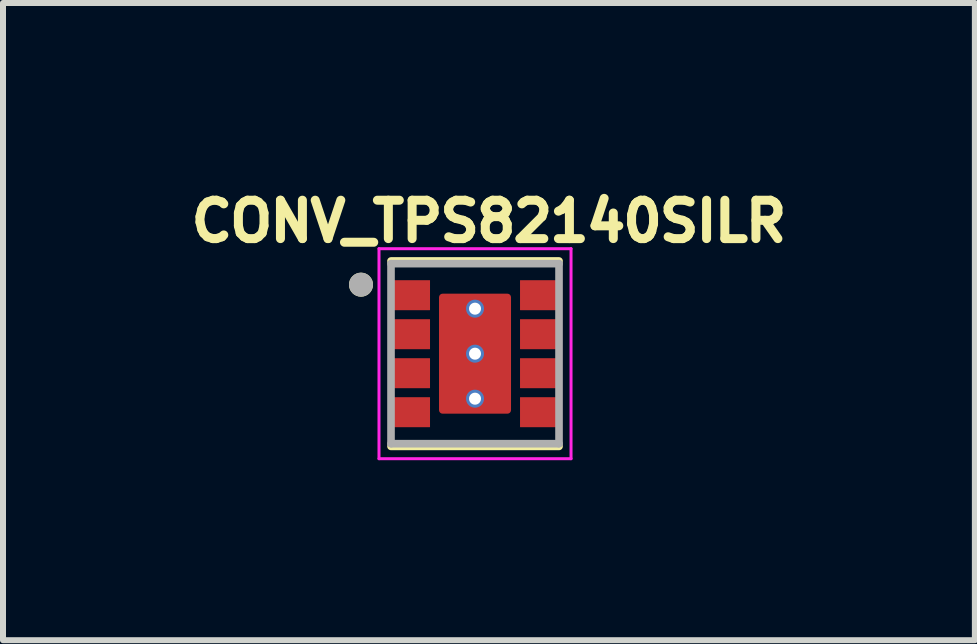
<source format=kicad_pcb>
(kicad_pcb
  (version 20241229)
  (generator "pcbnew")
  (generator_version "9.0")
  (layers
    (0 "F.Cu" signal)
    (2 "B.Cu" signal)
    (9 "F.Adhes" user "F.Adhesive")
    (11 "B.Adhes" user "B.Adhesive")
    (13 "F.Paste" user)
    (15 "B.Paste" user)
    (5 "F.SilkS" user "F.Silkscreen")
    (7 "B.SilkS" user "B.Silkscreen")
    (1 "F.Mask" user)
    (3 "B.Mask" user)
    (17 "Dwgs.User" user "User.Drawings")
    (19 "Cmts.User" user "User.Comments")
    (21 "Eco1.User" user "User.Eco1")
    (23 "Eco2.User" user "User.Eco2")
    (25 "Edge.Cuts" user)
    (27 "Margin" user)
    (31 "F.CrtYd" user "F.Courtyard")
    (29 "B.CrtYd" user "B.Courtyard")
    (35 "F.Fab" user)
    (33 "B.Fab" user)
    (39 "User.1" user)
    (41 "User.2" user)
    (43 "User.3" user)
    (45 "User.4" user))
  (footprint "CONV_TPS82140SILR"
    (layer "F.Cu")
    (at 4.866 2.844)
    (property "Reference" "CONV_TPS82140SILR" (at 0.232 -2.206 0) (layer "F.SilkS") (effects (font (size 0.64 0.64) (thickness 0.15))))
    (attr smd)
    (fp_poly (pts (xy -0.55 -0.95) (xy 0.55 -0.95) (xy 0.55 0.95) (xy -0.55 0.95)) (stroke (width 0.01) (type solid)) (fill yes) (layer "F.Mask"))
    (fp_poly (pts (xy -0.85 -0.775) (xy -1.25 -0.775) (xy -1.253 -0.775) (xy -1.255 -0.775) (xy -1.258 -0.776) (xy -1.26 -0.776) (xy -1.263 -0.777) (xy -1.265 -0.777) (xy -1.268 -0.778) (xy -1.27 -0.779) (xy -1.273 -0.78) (xy -1.275 -0.782) (xy -1.277 -0.783) (xy -1.279 -0.785) (xy -1.281 -0.786) (xy -1.283 -0.788) (xy -1.285 -0.79) (xy -1.287 -0.792) (xy -1.289 -0.794) (xy -1.29 -0.796) (xy -1.292 -0.798) (xy -1.293 -0.8) (xy -1.295 -0.802) (xy -1.296 -0.805) (xy -1.297 -0.807) (xy -1.298 -0.81) (xy -1.298 -0.812) (xy -1.299 -0.815) (xy -1.299 -0.817) (xy -1.3 -0.82) (xy -1.3 -0.822) (xy -1.3 -0.825) (xy -1.3 -1.125) (xy -1.3 -1.128) (xy -1.3 -1.13) (xy -1.299 -1.133) (xy -1.299 -1.135) (xy -1.298 -1.138) (xy -1.298 -1.14) (xy -1.297 -1.143) (xy -1.296 -1.145) (xy -1.295 -1.148) (xy -1.293 -1.15) (xy -1.292 -1.152) (xy -1.29 -1.154) (xy -1.289 -1.156) (xy -1.287 -1.158) (xy -1.285 -1.16) (xy -1.283 -1.162) (xy -1.281 -1.164) (xy -1.279 -1.165) (xy -1.277 -1.167) (xy -1.275 -1.168) (xy -1.273 -1.17) (xy -1.27 -1.171) (xy -1.268 -1.172) (xy -1.265 -1.173) (xy -1.263 -1.173) (xy -1.26 -1.174) (xy -1.258 -1.174) (xy -1.255 -1.175) (xy -1.253 -1.175) (xy -1.25 -1.175) (xy -0.85 -1.175) (xy -0.847 -1.175) (xy -0.845 -1.175) (xy -0.842 -1.174) (xy -0.84 -1.174) (xy -0.837 -1.173) (xy -0.835 -1.173) (xy -0.832 -1.172) (xy -0.83 -1.171) (xy -0.827 -1.17) (xy -0.825 -1.168) (xy -0.823 -1.167) (xy -0.821 -1.165) (xy -0.819 -1.164) (xy -0.817 -1.162) (xy -0.815 -1.16) (xy -0.813 -1.158) (xy -0.811 -1.156) (xy -0.81 -1.154) (xy -0.808 -1.152) (xy -0.807 -1.15) (xy -0.805 -1.148) (xy -0.804 -1.145) (xy -0.803 -1.143) (xy -0.802 -1.14) (xy -0.802 -1.138) (xy -0.801 -1.135) (xy -0.801 -1.133) (xy -0.8 -1.13) (xy -0.8 -1.128) (xy -0.8 -1.125) (xy -0.8 -0.825) (xy -0.8 -0.822) (xy -0.8 -0.82) (xy -0.801 -0.817) (xy -0.801 -0.815) (xy -0.802 -0.812) (xy -0.802 -0.81) (xy -0.803 -0.807) (xy -0.804 -0.805) (xy -0.805 -0.802) (xy -0.807 -0.8) (xy -0.808 -0.798) (xy -0.81 -0.796) (xy -0.811 -0.794) (xy -0.813 -0.792) (xy -0.815 -0.79) (xy -0.817 -0.788) (xy -0.819 -0.786) (xy -0.821 -0.785) (xy -0.823 -0.783) (xy -0.825 -0.782) (xy -0.827 -0.78) (xy -0.83 -0.779) (xy -0.832 -0.778) (xy -0.835 -0.777) (xy -0.837 -0.777) (xy -0.84 -0.776) (xy -0.842 -0.776) (xy -0.845 -0.775) (xy -0.847 -0.775) (xy -0.85 -0.775)) (stroke (width 0.01) (type solid)) (fill yes) (layer "F.Mask"))
    (fp_poly (pts (xy -0.85 -0.125) (xy -1.25 -0.125) (xy -1.253 -0.125) (xy -1.255 -0.125) (xy -1.258 -0.126) (xy -1.26 -0.126) (xy -1.263 -0.127) (xy -1.265 -0.127) (xy -1.268 -0.128) (xy -1.27 -0.129) (xy -1.273 -0.13) (xy -1.275 -0.132) (xy -1.277 -0.133) (xy -1.279 -0.135) (xy -1.281 -0.136) (xy -1.283 -0.138) (xy -1.285 -0.14) (xy -1.287 -0.142) (xy -1.289 -0.144) (xy -1.29 -0.146) (xy -1.292 -0.148) (xy -1.293 -0.15) (xy -1.295 -0.152) (xy -1.296 -0.155) (xy -1.297 -0.157) (xy -1.298 -0.16) (xy -1.298 -0.162) (xy -1.299 -0.165) (xy -1.299 -0.167) (xy -1.3 -0.17) (xy -1.3 -0.172) (xy -1.3 -0.175) (xy -1.3 -0.475) (xy -1.3 -0.478) (xy -1.3 -0.48) (xy -1.299 -0.483) (xy -1.299 -0.485) (xy -1.298 -0.488) (xy -1.298 -0.49) (xy -1.297 -0.493) (xy -1.296 -0.495) (xy -1.295 -0.498) (xy -1.293 -0.5) (xy -1.292 -0.502) (xy -1.29 -0.504) (xy -1.289 -0.506) (xy -1.287 -0.508) (xy -1.285 -0.51) (xy -1.283 -0.512) (xy -1.281 -0.514) (xy -1.279 -0.515) (xy -1.277 -0.517) (xy -1.275 -0.518) (xy -1.273 -0.52) (xy -1.27 -0.521) (xy -1.268 -0.522) (xy -1.265 -0.523) (xy -1.263 -0.523) (xy -1.26 -0.524) (xy -1.258 -0.524) (xy -1.255 -0.525) (xy -1.253 -0.525) (xy -1.25 -0.525) (xy -0.85 -0.525) (xy -0.847 -0.525) (xy -0.845 -0.525) (xy -0.842 -0.524) (xy -0.84 -0.524) (xy -0.837 -0.523) (xy -0.835 -0.523) (xy -0.832 -0.522) (xy -0.83 -0.521) (xy -0.827 -0.52) (xy -0.825 -0.518) (xy -0.823 -0.517) (xy -0.821 -0.515) (xy -0.819 -0.514) (xy -0.817 -0.512) (xy -0.815 -0.51) (xy -0.813 -0.508) (xy -0.811 -0.506) (xy -0.81 -0.504) (xy -0.808 -0.502) (xy -0.807 -0.5) (xy -0.805 -0.498) (xy -0.804 -0.495) (xy -0.803 -0.493) (xy -0.802 -0.49) (xy -0.802 -0.488) (xy -0.801 -0.485) (xy -0.801 -0.483) (xy -0.8 -0.48) (xy -0.8 -0.478) (xy -0.8 -0.475) (xy -0.8 -0.175) (xy -0.8 -0.172) (xy -0.8 -0.17) (xy -0.801 -0.167) (xy -0.801 -0.165) (xy -0.802 -0.162) (xy -0.802 -0.16) (xy -0.803 -0.157) (xy -0.804 -0.155) (xy -0.805 -0.152) (xy -0.807 -0.15) (xy -0.808 -0.148) (xy -0.81 -0.146) (xy -0.811 -0.144) (xy -0.813 -0.142) (xy -0.815 -0.14) (xy -0.817 -0.138) (xy -0.819 -0.136) (xy -0.821 -0.135) (xy -0.823 -0.133) (xy -0.825 -0.132) (xy -0.827 -0.13) (xy -0.83 -0.129) (xy -0.832 -0.128) (xy -0.835 -0.127) (xy -0.837 -0.127) (xy -0.84 -0.126) (xy -0.842 -0.126) (xy -0.845 -0.125) (xy -0.847 -0.125) (xy -0.85 -0.125)) (stroke (width 0.01) (type solid)) (fill yes) (layer "F.Mask"))
    (fp_poly (pts (xy -0.85 0.525) (xy -1.25 0.525) (xy -1.253 0.525) (xy -1.255 0.525) (xy -1.258 0.524) (xy -1.26 0.524) (xy -1.263 0.523) (xy -1.265 0.523) (xy -1.268 0.522) (xy -1.27 0.521) (xy -1.273 0.52) (xy -1.275 0.518) (xy -1.277 0.517) (xy -1.279 0.515) (xy -1.281 0.514) (xy -1.283 0.512) (xy -1.285 0.51) (xy -1.287 0.508) (xy -1.289 0.506) (xy -1.29 0.504) (xy -1.292 0.502) (xy -1.293 0.5) (xy -1.295 0.498) (xy -1.296 0.495) (xy -1.297 0.493) (xy -1.298 0.49) (xy -1.298 0.488) (xy -1.299 0.485) (xy -1.299 0.483) (xy -1.3 0.48) (xy -1.3 0.478) (xy -1.3 0.475) (xy -1.3 0.175) (xy -1.3 0.172) (xy -1.3 0.17) (xy -1.299 0.167) (xy -1.299 0.165) (xy -1.298 0.162) (xy -1.298 0.16) (xy -1.297 0.157) (xy -1.296 0.155) (xy -1.295 0.152) (xy -1.293 0.15) (xy -1.292 0.148) (xy -1.29 0.146) (xy -1.289 0.144) (xy -1.287 0.142) (xy -1.285 0.14) (xy -1.283 0.138) (xy -1.281 0.136) (xy -1.279 0.135) (xy -1.277 0.133) (xy -1.275 0.132) (xy -1.273 0.13) (xy -1.27 0.129) (xy -1.268 0.128) (xy -1.265 0.127) (xy -1.263 0.127) (xy -1.26 0.126) (xy -1.258 0.126) (xy -1.255 0.125) (xy -1.253 0.125) (xy -1.25 0.125) (xy -0.85 0.125) (xy -0.847 0.125) (xy -0.845 0.125) (xy -0.842 0.126) (xy -0.84 0.126) (xy -0.837 0.127) (xy -0.835 0.127) (xy -0.832 0.128) (xy -0.83 0.129) (xy -0.827 0.13) (xy -0.825 0.132) (xy -0.823 0.133) (xy -0.821 0.135) (xy -0.819 0.136) (xy -0.817 0.138) (xy -0.815 0.14) (xy -0.813 0.142) (xy -0.811 0.144) (xy -0.81 0.146) (xy -0.808 0.148) (xy -0.807 0.15) (xy -0.805 0.152) (xy -0.804 0.155) (xy -0.803 0.157) (xy -0.802 0.16) (xy -0.802 0.162) (xy -0.801 0.165) (xy -0.801 0.167) (xy -0.8 0.17) (xy -0.8 0.172) (xy -0.8 0.175) (xy -0.8 0.475) (xy -0.8 0.478) (xy -0.8 0.48) (xy -0.801 0.483) (xy -0.801 0.485) (xy -0.802 0.488) (xy -0.802 0.49) (xy -0.803 0.493) (xy -0.804 0.495) (xy -0.805 0.498) (xy -0.807 0.5) (xy -0.808 0.502) (xy -0.81 0.504) (xy -0.811 0.506) (xy -0.813 0.508) (xy -0.815 0.51) (xy -0.817 0.512) (xy -0.819 0.514) (xy -0.821 0.515) (xy -0.823 0.517) (xy -0.825 0.518) (xy -0.827 0.52) (xy -0.83 0.521) (xy -0.832 0.522) (xy -0.835 0.523) (xy -0.837 0.523) (xy -0.84 0.524) (xy -0.842 0.524) (xy -0.845 0.525) (xy -0.847 0.525) (xy -0.85 0.525)) (stroke (width 0.01) (type solid)) (fill yes) (layer "F.Mask"))
    (fp_poly (pts (xy -0.85 1.175) (xy -1.25 1.175) (xy -1.253 1.175) (xy -1.255 1.175) (xy -1.258 1.174) (xy -1.26 1.174) (xy -1.263 1.173) (xy -1.265 1.173) (xy -1.268 1.172) (xy -1.27 1.171) (xy -1.273 1.17) (xy -1.275 1.168) (xy -1.277 1.167) (xy -1.279 1.165) (xy -1.281 1.164) (xy -1.283 1.162) (xy -1.285 1.16) (xy -1.287 1.158) (xy -1.289 1.156) (xy -1.29 1.154) (xy -1.292 1.152) (xy -1.293 1.15) (xy -1.295 1.148) (xy -1.296 1.145) (xy -1.297 1.143) (xy -1.298 1.14) (xy -1.298 1.138) (xy -1.299 1.135) (xy -1.299 1.133) (xy -1.3 1.13) (xy -1.3 1.128) (xy -1.3 1.125) (xy -1.3 0.825) (xy -1.3 0.822) (xy -1.3 0.82) (xy -1.299 0.817) (xy -1.299 0.815) (xy -1.298 0.812) (xy -1.298 0.81) (xy -1.297 0.807) (xy -1.296 0.805) (xy -1.295 0.802) (xy -1.293 0.8) (xy -1.292 0.798) (xy -1.29 0.796) (xy -1.289 0.794) (xy -1.287 0.792) (xy -1.285 0.79) (xy -1.283 0.788) (xy -1.281 0.786) (xy -1.279 0.785) (xy -1.277 0.783) (xy -1.275 0.782) (xy -1.273 0.78) (xy -1.27 0.779) (xy -1.268 0.778) (xy -1.265 0.777) (xy -1.263 0.777) (xy -1.26 0.776) (xy -1.258 0.776) (xy -1.255 0.775) (xy -1.253 0.775) (xy -1.25 0.775) (xy -0.85 0.775) (xy -0.847 0.775) (xy -0.845 0.775) (xy -0.842 0.776) (xy -0.84 0.776) (xy -0.837 0.777) (xy -0.835 0.777) (xy -0.832 0.778) (xy -0.83 0.779) (xy -0.827 0.78) (xy -0.825 0.782) (xy -0.823 0.783) (xy -0.821 0.785) (xy -0.819 0.786) (xy -0.817 0.788) (xy -0.815 0.79) (xy -0.813 0.792) (xy -0.811 0.794) (xy -0.81 0.796) (xy -0.808 0.798) (xy -0.807 0.8) (xy -0.805 0.802) (xy -0.804 0.805) (xy -0.803 0.807) (xy -0.802 0.81) (xy -0.802 0.812) (xy -0.801 0.815) (xy -0.801 0.817) (xy -0.8 0.82) (xy -0.8 0.822) (xy -0.8 0.825) (xy -0.8 1.125) (xy -0.8 1.128) (xy -0.8 1.13) (xy -0.801 1.133) (xy -0.801 1.135) (xy -0.802 1.138) (xy -0.802 1.14) (xy -0.803 1.143) (xy -0.804 1.145) (xy -0.805 1.148) (xy -0.807 1.15) (xy -0.808 1.152) (xy -0.81 1.154) (xy -0.811 1.156) (xy -0.813 1.158) (xy -0.815 1.16) (xy -0.817 1.162) (xy -0.819 1.164) (xy -0.821 1.165) (xy -0.823 1.167) (xy -0.825 1.168) (xy -0.827 1.17) (xy -0.83 1.171) (xy -0.832 1.172) (xy -0.835 1.173) (xy -0.837 1.173) (xy -0.84 1.174) (xy -0.842 1.174) (xy -0.845 1.175) (xy -0.847 1.175) (xy -0.85 1.175)) (stroke (width 0.01) (type solid)) (fill yes) (layer "F.Mask"))
    (fp_poly (pts (xy 1.25 -0.775) (xy 0.85 -0.775) (xy 0.847 -0.775) (xy 0.845 -0.775) (xy 0.842 -0.776) (xy 0.84 -0.776) (xy 0.837 -0.777) (xy 0.835 -0.777) (xy 0.832 -0.778) (xy 0.83 -0.779) (xy 0.827 -0.78) (xy 0.825 -0.782) (xy 0.823 -0.783) (xy 0.821 -0.785) (xy 0.819 -0.786) (xy 0.817 -0.788) (xy 0.815 -0.79) (xy 0.813 -0.792) (xy 0.811 -0.794) (xy 0.81 -0.796) (xy 0.808 -0.798) (xy 0.807 -0.8) (xy 0.805 -0.802) (xy 0.804 -0.805) (xy 0.803 -0.807) (xy 0.802 -0.81) (xy 0.802 -0.812) (xy 0.801 -0.815) (xy 0.801 -0.817) (xy 0.8 -0.82) (xy 0.8 -0.822) (xy 0.8 -0.825) (xy 0.8 -1.125) (xy 0.8 -1.128) (xy 0.8 -1.13) (xy 0.801 -1.133) (xy 0.801 -1.135) (xy 0.802 -1.138) (xy 0.802 -1.14) (xy 0.803 -1.143) (xy 0.804 -1.145) (xy 0.805 -1.148) (xy 0.807 -1.15) (xy 0.808 -1.152) (xy 0.81 -1.154) (xy 0.811 -1.156) (xy 0.813 -1.158) (xy 0.815 -1.16) (xy 0.817 -1.162) (xy 0.819 -1.164) (xy 0.821 -1.165) (xy 0.823 -1.167) (xy 0.825 -1.168) (xy 0.827 -1.17) (xy 0.83 -1.171) (xy 0.832 -1.172) (xy 0.835 -1.173) (xy 0.837 -1.173) (xy 0.84 -1.174) (xy 0.842 -1.174) (xy 0.845 -1.175) (xy 0.847 -1.175) (xy 0.85 -1.175) (xy 1.25 -1.175) (xy 1.253 -1.175) (xy 1.255 -1.175) (xy 1.258 -1.174) (xy 1.26 -1.174) (xy 1.263 -1.173) (xy 1.265 -1.173) (xy 1.268 -1.172) (xy 1.27 -1.171) (xy 1.273 -1.17) (xy 1.275 -1.168) (xy 1.277 -1.167) (xy 1.279 -1.165) (xy 1.281 -1.164) (xy 1.283 -1.162) (xy 1.285 -1.16) (xy 1.287 -1.158) (xy 1.289 -1.156) (xy 1.29 -1.154) (xy 1.292 -1.152) (xy 1.293 -1.15) (xy 1.295 -1.148) (xy 1.296 -1.145) (xy 1.297 -1.143) (xy 1.298 -1.14) (xy 1.298 -1.138) (xy 1.299 -1.135) (xy 1.299 -1.133) (xy 1.3 -1.13) (xy 1.3 -1.128) (xy 1.3 -1.125) (xy 1.3 -0.825) (xy 1.3 -0.822) (xy 1.3 -0.82) (xy 1.299 -0.817) (xy 1.299 -0.815) (xy 1.298 -0.812) (xy 1.298 -0.81) (xy 1.297 -0.807) (xy 1.296 -0.805) (xy 1.295 -0.802) (xy 1.293 -0.8) (xy 1.292 -0.798) (xy 1.29 -0.796) (xy 1.289 -0.794) (xy 1.287 -0.792) (xy 1.285 -0.79) (xy 1.283 -0.788) (xy 1.281 -0.786) (xy 1.279 -0.785) (xy 1.277 -0.783) (xy 1.275 -0.782) (xy 1.273 -0.78) (xy 1.27 -0.779) (xy 1.268 -0.778) (xy 1.265 -0.777) (xy 1.263 -0.777) (xy 1.26 -0.776) (xy 1.258 -0.776) (xy 1.255 -0.775) (xy 1.253 -0.775) (xy 1.25 -0.775)) (stroke (width 0.01) (type solid)) (fill yes) (layer "F.Mask"))
    (fp_poly (pts (xy 1.25 -0.125) (xy 0.85 -0.125) (xy 0.847 -0.125) (xy 0.845 -0.125) (xy 0.842 -0.126) (xy 0.84 -0.126) (xy 0.837 -0.127) (xy 0.835 -0.127) (xy 0.832 -0.128) (xy 0.83 -0.129) (xy 0.827 -0.13) (xy 0.825 -0.132) (xy 0.823 -0.133) (xy 0.821 -0.135) (xy 0.819 -0.136) (xy 0.817 -0.138) (xy 0.815 -0.14) (xy 0.813 -0.142) (xy 0.811 -0.144) (xy 0.81 -0.146) (xy 0.808 -0.148) (xy 0.807 -0.15) (xy 0.805 -0.152) (xy 0.804 -0.155) (xy 0.803 -0.157) (xy 0.802 -0.16) (xy 0.802 -0.162) (xy 0.801 -0.165) (xy 0.801 -0.167) (xy 0.8 -0.17) (xy 0.8 -0.172) (xy 0.8 -0.175) (xy 0.8 -0.475) (xy 0.8 -0.478) (xy 0.8 -0.48) (xy 0.801 -0.483) (xy 0.801 -0.485) (xy 0.802 -0.488) (xy 0.802 -0.49) (xy 0.803 -0.493) (xy 0.804 -0.495) (xy 0.805 -0.498) (xy 0.807 -0.5) (xy 0.808 -0.502) (xy 0.81 -0.504) (xy 0.811 -0.506) (xy 0.813 -0.508) (xy 0.815 -0.51) (xy 0.817 -0.512) (xy 0.819 -0.514) (xy 0.821 -0.515) (xy 0.823 -0.517) (xy 0.825 -0.518) (xy 0.827 -0.52) (xy 0.83 -0.521) (xy 0.832 -0.522) (xy 0.835 -0.523) (xy 0.837 -0.523) (xy 0.84 -0.524) (xy 0.842 -0.524) (xy 0.845 -0.525) (xy 0.847 -0.525) (xy 0.85 -0.525) (xy 1.25 -0.525) (xy 1.253 -0.525) (xy 1.255 -0.525) (xy 1.258 -0.524) (xy 1.26 -0.524) (xy 1.263 -0.523) (xy 1.265 -0.523) (xy 1.268 -0.522) (xy 1.27 -0.521) (xy 1.273 -0.52) (xy 1.275 -0.518) (xy 1.277 -0.517) (xy 1.279 -0.515) (xy 1.281 -0.514) (xy 1.283 -0.512) (xy 1.285 -0.51) (xy 1.287 -0.508) (xy 1.289 -0.506) (xy 1.29 -0.504) (xy 1.292 -0.502) (xy 1.293 -0.5) (xy 1.295 -0.498) (xy 1.296 -0.495) (xy 1.297 -0.493) (xy 1.298 -0.49) (xy 1.298 -0.488) (xy 1.299 -0.485) (xy 1.299 -0.483) (xy 1.3 -0.48) (xy 1.3 -0.478) (xy 1.3 -0.475) (xy 1.3 -0.175) (xy 1.3 -0.172) (xy 1.3 -0.17) (xy 1.299 -0.167) (xy 1.299 -0.165) (xy 1.298 -0.162) (xy 1.298 -0.16) (xy 1.297 -0.157) (xy 1.296 -0.155) (xy 1.295 -0.152) (xy 1.293 -0.15) (xy 1.292 -0.148) (xy 1.29 -0.146) (xy 1.289 -0.144) (xy 1.287 -0.142) (xy 1.285 -0.14) (xy 1.283 -0.138) (xy 1.281 -0.136) (xy 1.279 -0.135) (xy 1.277 -0.133) (xy 1.275 -0.132) (xy 1.273 -0.13) (xy 1.27 -0.129) (xy 1.268 -0.128) (xy 1.265 -0.127) (xy 1.263 -0.127) (xy 1.26 -0.126) (xy 1.258 -0.126) (xy 1.255 -0.125) (xy 1.253 -0.125) (xy 1.25 -0.125)) (stroke (width 0.01) (type solid)) (fill yes) (layer "F.Mask"))
    (fp_poly (pts (xy 1.25 0.525) (xy 0.85 0.525) (xy 0.847 0.525) (xy 0.845 0.525) (xy 0.842 0.524) (xy 0.84 0.524) (xy 0.837 0.523) (xy 0.835 0.523) (xy 0.832 0.522) (xy 0.83 0.521) (xy 0.827 0.52) (xy 0.825 0.518) (xy 0.823 0.517) (xy 0.821 0.515) (xy 0.819 0.514) (xy 0.817 0.512) (xy 0.815 0.51) (xy 0.813 0.508) (xy 0.811 0.506) (xy 0.81 0.504) (xy 0.808 0.502) (xy 0.807 0.5) (xy 0.805 0.498) (xy 0.804 0.495) (xy 0.803 0.493) (xy 0.802 0.49) (xy 0.802 0.488) (xy 0.801 0.485) (xy 0.801 0.483) (xy 0.8 0.48) (xy 0.8 0.478) (xy 0.8 0.475) (xy 0.8 0.175) (xy 0.8 0.172) (xy 0.8 0.17) (xy 0.801 0.167) (xy 0.801 0.165) (xy 0.802 0.162) (xy 0.802 0.16) (xy 0.803 0.157) (xy 0.804 0.155) (xy 0.805 0.152) (xy 0.807 0.15) (xy 0.808 0.148) (xy 0.81 0.146) (xy 0.811 0.144) (xy 0.813 0.142) (xy 0.815 0.14) (xy 0.817 0.138) (xy 0.819 0.136) (xy 0.821 0.135) (xy 0.823 0.133) (xy 0.825 0.132) (xy 0.827 0.13) (xy 0.83 0.129) (xy 0.832 0.128) (xy 0.835 0.127) (xy 0.837 0.127) (xy 0.84 0.126) (xy 0.842 0.126) (xy 0.845 0.125) (xy 0.847 0.125) (xy 0.85 0.125) (xy 1.25 0.125) (xy 1.253 0.125) (xy 1.255 0.125) (xy 1.258 0.126) (xy 1.26 0.126) (xy 1.263 0.127) (xy 1.265 0.127) (xy 1.268 0.128) (xy 1.27 0.129) (xy 1.273 0.13) (xy 1.275 0.132) (xy 1.277 0.133) (xy 1.279 0.135) (xy 1.281 0.136) (xy 1.283 0.138) (xy 1.285 0.14) (xy 1.287 0.142) (xy 1.289 0.144) (xy 1.29 0.146) (xy 1.292 0.148) (xy 1.293 0.15) (xy 1.295 0.152) (xy 1.296 0.155) (xy 1.297 0.157) (xy 1.298 0.16) (xy 1.298 0.162) (xy 1.299 0.165) (xy 1.299 0.167) (xy 1.3 0.17) (xy 1.3 0.172) (xy 1.3 0.175) (xy 1.3 0.475) (xy 1.3 0.478) (xy 1.3 0.48) (xy 1.299 0.483) (xy 1.299 0.485) (xy 1.298 0.488) (xy 1.298 0.49) (xy 1.297 0.493) (xy 1.296 0.495) (xy 1.295 0.498) (xy 1.293 0.5) (xy 1.292 0.502) (xy 1.29 0.504) (xy 1.289 0.506) (xy 1.287 0.508) (xy 1.285 0.51) (xy 1.283 0.512) (xy 1.281 0.514) (xy 1.279 0.515) (xy 1.277 0.517) (xy 1.275 0.518) (xy 1.273 0.52) (xy 1.27 0.521) (xy 1.268 0.522) (xy 1.265 0.523) (xy 1.263 0.523) (xy 1.26 0.524) (xy 1.258 0.524) (xy 1.255 0.525) (xy 1.253 0.525) (xy 1.25 0.525)) (stroke (width 0.01) (type solid)) (fill yes) (layer "F.Mask"))
    (fp_poly (pts (xy 1.25 1.175) (xy 0.85 1.175) (xy 0.847 1.175) (xy 0.845 1.175) (xy 0.842 1.174) (xy 0.84 1.174) (xy 0.837 1.173) (xy 0.835 1.173) (xy 0.832 1.172) (xy 0.83 1.171) (xy 0.827 1.17) (xy 0.825 1.168) (xy 0.823 1.167) (xy 0.821 1.165) (xy 0.819 1.164) (xy 0.817 1.162) (xy 0.815 1.16) (xy 0.813 1.158) (xy 0.811 1.156) (xy 0.81 1.154) (xy 0.808 1.152) (xy 0.807 1.15) (xy 0.805 1.148) (xy 0.804 1.145) (xy 0.803 1.143) (xy 0.802 1.14) (xy 0.802 1.138) (xy 0.801 1.135) (xy 0.801 1.133) (xy 0.8 1.13) (xy 0.8 1.128) (xy 0.8 1.125) (xy 0.8 0.825) (xy 0.8 0.822) (xy 0.8 0.82) (xy 0.801 0.817) (xy 0.801 0.815) (xy 0.802 0.812) (xy 0.802 0.81) (xy 0.803 0.807) (xy 0.804 0.805) (xy 0.805 0.802) (xy 0.807 0.8) (xy 0.808 0.798) (xy 0.81 0.796) (xy 0.811 0.794) (xy 0.813 0.792) (xy 0.815 0.79) (xy 0.817 0.788) (xy 0.819 0.786) (xy 0.821 0.785) (xy 0.823 0.783) (xy 0.825 0.782) (xy 0.827 0.78) (xy 0.83 0.779) (xy 0.832 0.778) (xy 0.835 0.777) (xy 0.837 0.777) (xy 0.84 0.776) (xy 0.842 0.776) (xy 0.845 0.775) (xy 0.847 0.775) (xy 0.85 0.775) (xy 1.25 0.775) (xy 1.253 0.775) (xy 1.255 0.775) (xy 1.258 0.776) (xy 1.26 0.776) (xy 1.263 0.777) (xy 1.265 0.777) (xy 1.268 0.778) (xy 1.27 0.779) (xy 1.273 0.78) (xy 1.275 0.782) (xy 1.277 0.783) (xy 1.279 0.785) (xy 1.281 0.786) (xy 1.283 0.788) (xy 1.285 0.79) (xy 1.287 0.792) (xy 1.289 0.794) (xy 1.29 0.796) (xy 1.292 0.798) (xy 1.293 0.8) (xy 1.295 0.802) (xy 1.296 0.805) (xy 1.297 0.807) (xy 1.298 0.81) (xy 1.298 0.812) (xy 1.299 0.815) (xy 1.299 0.817) (xy 1.3 0.82) (xy 1.3 0.822) (xy 1.3 0.825) (xy 1.3 1.125) (xy 1.3 1.128) (xy 1.3 1.13) (xy 1.299 1.133) (xy 1.299 1.135) (xy 1.298 1.138) (xy 1.298 1.14) (xy 1.297 1.143) (xy 1.296 1.145) (xy 1.295 1.148) (xy 1.293 1.15) (xy 1.292 1.152) (xy 1.29 1.154) (xy 1.289 1.156) (xy 1.287 1.158) (xy 1.285 1.16) (xy 1.283 1.162) (xy 1.281 1.164) (xy 1.279 1.165) (xy 1.277 1.167) (xy 1.275 1.168) (xy 1.273 1.17) (xy 1.27 1.171) (xy 1.268 1.172) (xy 1.265 1.173) (xy 1.263 1.173) (xy 1.26 1.174) (xy 1.258 1.174) (xy 1.255 1.175) (xy 1.253 1.175) (xy 1.25 1.175)) (stroke (width 0.01) (type solid)) (fill yes) (layer "F.Mask"))
    (fp_line (start -1.4 1.545) (end 1.4 1.545) (stroke (width 0.127) (type solid)) (layer "F.SilkS"))
    (fp_line (start 1.4 -1.545) (end -1.4 -1.545) (stroke (width 0.127) (type solid)) (layer "F.SilkS"))
    (fp_circle (center -1.9 -1.15) (end -1.8 -1.15) (stroke (width 0.2) (type solid)) (fill no) (layer "F.SilkS"))
    (fp_poly (pts (xy -0.52 -0.95) (xy 0.52 -0.95) (xy 0.52 -0.1) (xy -0.52 -0.1)) (stroke (width 0.01) (type solid)) (fill yes) (layer "F.Paste"))
    (fp_poly (pts (xy -0.52 0.1) (xy 0.52 0.1) (xy 0.52 0.95) (xy -0.52 0.95)) (stroke (width 0.01) (type solid)) (fill yes) (layer "F.Paste"))
    (fp_poly (pts (xy -0.85 -0.775) (xy -1.25 -0.775) (xy -1.253 -0.775) (xy -1.255 -0.775) (xy -1.258 -0.776) (xy -1.26 -0.776) (xy -1.263 -0.777) (xy -1.265 -0.777) (xy -1.268 -0.778) (xy -1.27 -0.779) (xy -1.273 -0.78) (xy -1.275 -0.782) (xy -1.277 -0.783) (xy -1.279 -0.785) (xy -1.281 -0.786) (xy -1.283 -0.788) (xy -1.285 -0.79) (xy -1.287 -0.792) (xy -1.289 -0.794) (xy -1.29 -0.796) (xy -1.292 -0.798) (xy -1.293 -0.8) (xy -1.295 -0.802) (xy -1.296 -0.805) (xy -1.297 -0.807) (xy -1.298 -0.81) (xy -1.298 -0.812) (xy -1.299 -0.815) (xy -1.299 -0.817) (xy -1.3 -0.82) (xy -1.3 -0.822) (xy -1.3 -0.825) (xy -1.3 -1.125) (xy -1.3 -1.128) (xy -1.3 -1.13) (xy -1.299 -1.133) (xy -1.299 -1.135) (xy -1.298 -1.138) (xy -1.298 -1.14) (xy -1.297 -1.143) (xy -1.296 -1.145) (xy -1.295 -1.148) (xy -1.293 -1.15) (xy -1.292 -1.152) (xy -1.29 -1.154) (xy -1.289 -1.156) (xy -1.287 -1.158) (xy -1.285 -1.16) (xy -1.283 -1.162) (xy -1.281 -1.164) (xy -1.279 -1.165) (xy -1.277 -1.167) (xy -1.275 -1.168) (xy -1.273 -1.17) (xy -1.27 -1.171) (xy -1.268 -1.172) (xy -1.265 -1.173) (xy -1.263 -1.173) (xy -1.26 -1.174) (xy -1.258 -1.174) (xy -1.255 -1.175) (xy -1.253 -1.175) (xy -1.25 -1.175) (xy -0.85 -1.175) (xy -0.847 -1.175) (xy -0.845 -1.175) (xy -0.842 -1.174) (xy -0.84 -1.174) (xy -0.837 -1.173) (xy -0.835 -1.173) (xy -0.832 -1.172) (xy -0.83 -1.171) (xy -0.827 -1.17) (xy -0.825 -1.168) (xy -0.823 -1.167) (xy -0.821 -1.165) (xy -0.819 -1.164) (xy -0.817 -1.162) (xy -0.815 -1.16) (xy -0.813 -1.158) (xy -0.811 -1.156) (xy -0.81 -1.154) (xy -0.808 -1.152) (xy -0.807 -1.15) (xy -0.805 -1.148) (xy -0.804 -1.145) (xy -0.803 -1.143) (xy -0.802 -1.14) (xy -0.802 -1.138) (xy -0.801 -1.135) (xy -0.801 -1.133) (xy -0.8 -1.13) (xy -0.8 -1.128) (xy -0.8 -1.125) (xy -0.8 -0.825) (xy -0.8 -0.822) (xy -0.8 -0.82) (xy -0.801 -0.817) (xy -0.801 -0.815) (xy -0.802 -0.812) (xy -0.802 -0.81) (xy -0.803 -0.807) (xy -0.804 -0.805) (xy -0.805 -0.802) (xy -0.807 -0.8) (xy -0.808 -0.798) (xy -0.81 -0.796) (xy -0.811 -0.794) (xy -0.813 -0.792) (xy -0.815 -0.79) (xy -0.817 -0.788) (xy -0.819 -0.786) (xy -0.821 -0.785) (xy -0.823 -0.783) (xy -0.825 -0.782) (xy -0.827 -0.78) (xy -0.83 -0.779) (xy -0.832 -0.778) (xy -0.835 -0.777) (xy -0.837 -0.777) (xy -0.84 -0.776) (xy -0.842 -0.776) (xy -0.845 -0.775) (xy -0.847 -0.775) (xy -0.85 -0.775)) (stroke (width 0.01) (type solid)) (fill yes) (layer "F.Paste"))
    (fp_poly (pts (xy -0.85 -0.125) (xy -1.25 -0.125) (xy -1.253 -0.125) (xy -1.255 -0.125) (xy -1.258 -0.126) (xy -1.26 -0.126) (xy -1.263 -0.127) (xy -1.265 -0.127) (xy -1.268 -0.128) (xy -1.27 -0.129) (xy -1.273 -0.13) (xy -1.275 -0.132) (xy -1.277 -0.133) (xy -1.279 -0.135) (xy -1.281 -0.136) (xy -1.283 -0.138) (xy -1.285 -0.14) (xy -1.287 -0.142) (xy -1.289 -0.144) (xy -1.29 -0.146) (xy -1.292 -0.148) (xy -1.293 -0.15) (xy -1.295 -0.152) (xy -1.296 -0.155) (xy -1.297 -0.157) (xy -1.298 -0.16) (xy -1.298 -0.162) (xy -1.299 -0.165) (xy -1.299 -0.167) (xy -1.3 -0.17) (xy -1.3 -0.172) (xy -1.3 -0.175) (xy -1.3 -0.475) (xy -1.3 -0.478) (xy -1.3 -0.48) (xy -1.299 -0.483) (xy -1.299 -0.485) (xy -1.298 -0.488) (xy -1.298 -0.49) (xy -1.297 -0.493) (xy -1.296 -0.495) (xy -1.295 -0.498) (xy -1.293 -0.5) (xy -1.292 -0.502) (xy -1.29 -0.504) (xy -1.289 -0.506) (xy -1.287 -0.508) (xy -1.285 -0.51) (xy -1.283 -0.512) (xy -1.281 -0.514) (xy -1.279 -0.515) (xy -1.277 -0.517) (xy -1.275 -0.518) (xy -1.273 -0.52) (xy -1.27 -0.521) (xy -1.268 -0.522) (xy -1.265 -0.523) (xy -1.263 -0.523) (xy -1.26 -0.524) (xy -1.258 -0.524) (xy -1.255 -0.525) (xy -1.253 -0.525) (xy -1.25 -0.525) (xy -0.85 -0.525) (xy -0.847 -0.525) (xy -0.845 -0.525) (xy -0.842 -0.524) (xy -0.84 -0.524) (xy -0.837 -0.523) (xy -0.835 -0.523) (xy -0.832 -0.522) (xy -0.83 -0.521) (xy -0.827 -0.52) (xy -0.825 -0.518) (xy -0.823 -0.517) (xy -0.821 -0.515) (xy -0.819 -0.514) (xy -0.817 -0.512) (xy -0.815 -0.51) (xy -0.813 -0.508) (xy -0.811 -0.506) (xy -0.81 -0.504) (xy -0.808 -0.502) (xy -0.807 -0.5) (xy -0.805 -0.498) (xy -0.804 -0.495) (xy -0.803 -0.493) (xy -0.802 -0.49) (xy -0.802 -0.488) (xy -0.801 -0.485) (xy -0.801 -0.483) (xy -0.8 -0.48) (xy -0.8 -0.478) (xy -0.8 -0.475) (xy -0.8 -0.175) (xy -0.8 -0.172) (xy -0.8 -0.17) (xy -0.801 -0.167) (xy -0.801 -0.165) (xy -0.802 -0.162) (xy -0.802 -0.16) (xy -0.803 -0.157) (xy -0.804 -0.155) (xy -0.805 -0.152) (xy -0.807 -0.15) (xy -0.808 -0.148) (xy -0.81 -0.146) (xy -0.811 -0.144) (xy -0.813 -0.142) (xy -0.815 -0.14) (xy -0.817 -0.138) (xy -0.819 -0.136) (xy -0.821 -0.135) (xy -0.823 -0.133) (xy -0.825 -0.132) (xy -0.827 -0.13) (xy -0.83 -0.129) (xy -0.832 -0.128) (xy -0.835 -0.127) (xy -0.837 -0.127) (xy -0.84 -0.126) (xy -0.842 -0.126) (xy -0.845 -0.125) (xy -0.847 -0.125) (xy -0.85 -0.125)) (stroke (width 0.01) (type solid)) (fill yes) (layer "F.Paste"))
    (fp_poly (pts (xy -0.85 0.525) (xy -1.25 0.525) (xy -1.253 0.525) (xy -1.255 0.525) (xy -1.258 0.524) (xy -1.26 0.524) (xy -1.263 0.523) (xy -1.265 0.523) (xy -1.268 0.522) (xy -1.27 0.521) (xy -1.273 0.52) (xy -1.275 0.518) (xy -1.277 0.517) (xy -1.279 0.515) (xy -1.281 0.514) (xy -1.283 0.512) (xy -1.285 0.51) (xy -1.287 0.508) (xy -1.289 0.506) (xy -1.29 0.504) (xy -1.292 0.502) (xy -1.293 0.5) (xy -1.295 0.498) (xy -1.296 0.495) (xy -1.297 0.493) (xy -1.298 0.49) (xy -1.298 0.488) (xy -1.299 0.485) (xy -1.299 0.483) (xy -1.3 0.48) (xy -1.3 0.478) (xy -1.3 0.475) (xy -1.3 0.175) (xy -1.3 0.172) (xy -1.3 0.17) (xy -1.299 0.167) (xy -1.299 0.165) (xy -1.298 0.162) (xy -1.298 0.16) (xy -1.297 0.157) (xy -1.296 0.155) (xy -1.295 0.152) (xy -1.293 0.15) (xy -1.292 0.148) (xy -1.29 0.146) (xy -1.289 0.144) (xy -1.287 0.142) (xy -1.285 0.14) (xy -1.283 0.138) (xy -1.281 0.136) (xy -1.279 0.135) (xy -1.277 0.133) (xy -1.275 0.132) (xy -1.273 0.13) (xy -1.27 0.129) (xy -1.268 0.128) (xy -1.265 0.127) (xy -1.263 0.127) (xy -1.26 0.126) (xy -1.258 0.126) (xy -1.255 0.125) (xy -1.253 0.125) (xy -1.25 0.125) (xy -0.85 0.125) (xy -0.847 0.125) (xy -0.845 0.125) (xy -0.842 0.126) (xy -0.84 0.126) (xy -0.837 0.127) (xy -0.835 0.127) (xy -0.832 0.128) (xy -0.83 0.129) (xy -0.827 0.13) (xy -0.825 0.132) (xy -0.823 0.133) (xy -0.821 0.135) (xy -0.819 0.136) (xy -0.817 0.138) (xy -0.815 0.14) (xy -0.813 0.142) (xy -0.811 0.144) (xy -0.81 0.146) (xy -0.808 0.148) (xy -0.807 0.15) (xy -0.805 0.152) (xy -0.804 0.155) (xy -0.803 0.157) (xy -0.802 0.16) (xy -0.802 0.162) (xy -0.801 0.165) (xy -0.801 0.167) (xy -0.8 0.17) (xy -0.8 0.172) (xy -0.8 0.175) (xy -0.8 0.475) (xy -0.8 0.478) (xy -0.8 0.48) (xy -0.801 0.483) (xy -0.801 0.485) (xy -0.802 0.488) (xy -0.802 0.49) (xy -0.803 0.493) (xy -0.804 0.495) (xy -0.805 0.498) (xy -0.807 0.5) (xy -0.808 0.502) (xy -0.81 0.504) (xy -0.811 0.506) (xy -0.813 0.508) (xy -0.815 0.51) (xy -0.817 0.512) (xy -0.819 0.514) (xy -0.821 0.515) (xy -0.823 0.517) (xy -0.825 0.518) (xy -0.827 0.52) (xy -0.83 0.521) (xy -0.832 0.522) (xy -0.835 0.523) (xy -0.837 0.523) (xy -0.84 0.524) (xy -0.842 0.524) (xy -0.845 0.525) (xy -0.847 0.525) (xy -0.85 0.525)) (stroke (width 0.01) (type solid)) (fill yes) (layer "F.Paste"))
    (fp_poly (pts (xy -0.85 1.175) (xy -1.25 1.175) (xy -1.253 1.175) (xy -1.255 1.175) (xy -1.258 1.174) (xy -1.26 1.174) (xy -1.263 1.173) (xy -1.265 1.173) (xy -1.268 1.172) (xy -1.27 1.171) (xy -1.273 1.17) (xy -1.275 1.168) (xy -1.277 1.167) (xy -1.279 1.165) (xy -1.281 1.164) (xy -1.283 1.162) (xy -1.285 1.16) (xy -1.287 1.158) (xy -1.289 1.156) (xy -1.29 1.154) (xy -1.292 1.152) (xy -1.293 1.15) (xy -1.295 1.148) (xy -1.296 1.145) (xy -1.297 1.143) (xy -1.298 1.14) (xy -1.298 1.138) (xy -1.299 1.135) (xy -1.299 1.133) (xy -1.3 1.13) (xy -1.3 1.128) (xy -1.3 1.125) (xy -1.3 0.825) (xy -1.3 0.822) (xy -1.3 0.82) (xy -1.299 0.817) (xy -1.299 0.815) (xy -1.298 0.812) (xy -1.298 0.81) (xy -1.297 0.807) (xy -1.296 0.805) (xy -1.295 0.802) (xy -1.293 0.8) (xy -1.292 0.798) (xy -1.29 0.796) (xy -1.289 0.794) (xy -1.287 0.792) (xy -1.285 0.79) (xy -1.283 0.788) (xy -1.281 0.786) (xy -1.279 0.785) (xy -1.277 0.783) (xy -1.275 0.782) (xy -1.273 0.78) (xy -1.27 0.779) (xy -1.268 0.778) (xy -1.265 0.777) (xy -1.263 0.777) (xy -1.26 0.776) (xy -1.258 0.776) (xy -1.255 0.775) (xy -1.253 0.775) (xy -1.25 0.775) (xy -0.85 0.775) (xy -0.847 0.775) (xy -0.845 0.775) (xy -0.842 0.776) (xy -0.84 0.776) (xy -0.837 0.777) (xy -0.835 0.777) (xy -0.832 0.778) (xy -0.83 0.779) (xy -0.827 0.78) (xy -0.825 0.782) (xy -0.823 0.783) (xy -0.821 0.785) (xy -0.819 0.786) (xy -0.817 0.788) (xy -0.815 0.79) (xy -0.813 0.792) (xy -0.811 0.794) (xy -0.81 0.796) (xy -0.808 0.798) (xy -0.807 0.8) (xy -0.805 0.802) (xy -0.804 0.805) (xy -0.803 0.807) (xy -0.802 0.81) (xy -0.802 0.812) (xy -0.801 0.815) (xy -0.801 0.817) (xy -0.8 0.82) (xy -0.8 0.822) (xy -0.8 0.825) (xy -0.8 1.125) (xy -0.8 1.128) (xy -0.8 1.13) (xy -0.801 1.133) (xy -0.801 1.135) (xy -0.802 1.138) (xy -0.802 1.14) (xy -0.803 1.143) (xy -0.804 1.145) (xy -0.805 1.148) (xy -0.807 1.15) (xy -0.808 1.152) (xy -0.81 1.154) (xy -0.811 1.156) (xy -0.813 1.158) (xy -0.815 1.16) (xy -0.817 1.162) (xy -0.819 1.164) (xy -0.821 1.165) (xy -0.823 1.167) (xy -0.825 1.168) (xy -0.827 1.17) (xy -0.83 1.171) (xy -0.832 1.172) (xy -0.835 1.173) (xy -0.837 1.173) (xy -0.84 1.174) (xy -0.842 1.174) (xy -0.845 1.175) (xy -0.847 1.175) (xy -0.85 1.175)) (stroke (width 0.01) (type solid)) (fill yes) (layer "F.Paste"))
    (fp_poly (pts (xy 1.25 -0.775) (xy 0.85 -0.775) (xy 0.847 -0.775) (xy 0.845 -0.775) (xy 0.842 -0.776) (xy 0.84 -0.776) (xy 0.837 -0.777) (xy 0.835 -0.777) (xy 0.832 -0.778) (xy 0.83 -0.779) (xy 0.827 -0.78) (xy 0.825 -0.782) (xy 0.823 -0.783) (xy 0.821 -0.785) (xy 0.819 -0.786) (xy 0.817 -0.788) (xy 0.815 -0.79) (xy 0.813 -0.792) (xy 0.811 -0.794) (xy 0.81 -0.796) (xy 0.808 -0.798) (xy 0.807 -0.8) (xy 0.805 -0.802) (xy 0.804 -0.805) (xy 0.803 -0.807) (xy 0.802 -0.81) (xy 0.802 -0.812) (xy 0.801 -0.815) (xy 0.801 -0.817) (xy 0.8 -0.82) (xy 0.8 -0.822) (xy 0.8 -0.825) (xy 0.8 -1.125) (xy 0.8 -1.128) (xy 0.8 -1.13) (xy 0.801 -1.133) (xy 0.801 -1.135) (xy 0.802 -1.138) (xy 0.802 -1.14) (xy 0.803 -1.143) (xy 0.804 -1.145) (xy 0.805 -1.148) (xy 0.807 -1.15) (xy 0.808 -1.152) (xy 0.81 -1.154) (xy 0.811 -1.156) (xy 0.813 -1.158) (xy 0.815 -1.16) (xy 0.817 -1.162) (xy 0.819 -1.164) (xy 0.821 -1.165) (xy 0.823 -1.167) (xy 0.825 -1.168) (xy 0.827 -1.17) (xy 0.83 -1.171) (xy 0.832 -1.172) (xy 0.835 -1.173) (xy 0.837 -1.173) (xy 0.84 -1.174) (xy 0.842 -1.174) (xy 0.845 -1.175) (xy 0.847 -1.175) (xy 0.85 -1.175) (xy 1.25 -1.175) (xy 1.253 -1.175) (xy 1.255 -1.175) (xy 1.258 -1.174) (xy 1.26 -1.174) (xy 1.263 -1.173) (xy 1.265 -1.173) (xy 1.268 -1.172) (xy 1.27 -1.171) (xy 1.273 -1.17) (xy 1.275 -1.168) (xy 1.277 -1.167) (xy 1.279 -1.165) (xy 1.281 -1.164) (xy 1.283 -1.162) (xy 1.285 -1.16) (xy 1.287 -1.158) (xy 1.289 -1.156) (xy 1.29 -1.154) (xy 1.292 -1.152) (xy 1.293 -1.15) (xy 1.295 -1.148) (xy 1.296 -1.145) (xy 1.297 -1.143) (xy 1.298 -1.14) (xy 1.298 -1.138) (xy 1.299 -1.135) (xy 1.299 -1.133) (xy 1.3 -1.13) (xy 1.3 -1.128) (xy 1.3 -1.125) (xy 1.3 -0.825) (xy 1.3 -0.822) (xy 1.3 -0.82) (xy 1.299 -0.817) (xy 1.299 -0.815) (xy 1.298 -0.812) (xy 1.298 -0.81) (xy 1.297 -0.807) (xy 1.296 -0.805) (xy 1.295 -0.802) (xy 1.293 -0.8) (xy 1.292 -0.798) (xy 1.29 -0.796) (xy 1.289 -0.794) (xy 1.287 -0.792) (xy 1.285 -0.79) (xy 1.283 -0.788) (xy 1.281 -0.786) (xy 1.279 -0.785) (xy 1.277 -0.783) (xy 1.275 -0.782) (xy 1.273 -0.78) (xy 1.27 -0.779) (xy 1.268 -0.778) (xy 1.265 -0.777) (xy 1.263 -0.777) (xy 1.26 -0.776) (xy 1.258 -0.776) (xy 1.255 -0.775) (xy 1.253 -0.775) (xy 1.25 -0.775)) (stroke (width 0.01) (type solid)) (fill yes) (layer "F.Paste"))
    (fp_poly (pts (xy 1.25 -0.125) (xy 0.85 -0.125) (xy 0.847 -0.125) (xy 0.845 -0.125) (xy 0.842 -0.126) (xy 0.84 -0.126) (xy 0.837 -0.127) (xy 0.835 -0.127) (xy 0.832 -0.128) (xy 0.83 -0.129) (xy 0.827 -0.13) (xy 0.825 -0.132) (xy 0.823 -0.133) (xy 0.821 -0.135) (xy 0.819 -0.136) (xy 0.817 -0.138) (xy 0.815 -0.14) (xy 0.813 -0.142) (xy 0.811 -0.144) (xy 0.81 -0.146) (xy 0.808 -0.148) (xy 0.807 -0.15) (xy 0.805 -0.152) (xy 0.804 -0.155) (xy 0.803 -0.157) (xy 0.802 -0.16) (xy 0.802 -0.162) (xy 0.801 -0.165) (xy 0.801 -0.167) (xy 0.8 -0.17) (xy 0.8 -0.172) (xy 0.8 -0.175) (xy 0.8 -0.475) (xy 0.8 -0.478) (xy 0.8 -0.48) (xy 0.801 -0.483) (xy 0.801 -0.485) (xy 0.802 -0.488) (xy 0.802 -0.49) (xy 0.803 -0.493) (xy 0.804 -0.495) (xy 0.805 -0.498) (xy 0.807 -0.5) (xy 0.808 -0.502) (xy 0.81 -0.504) (xy 0.811 -0.506) (xy 0.813 -0.508) (xy 0.815 -0.51) (xy 0.817 -0.512) (xy 0.819 -0.514) (xy 0.821 -0.515) (xy 0.823 -0.517) (xy 0.825 -0.518) (xy 0.827 -0.52) (xy 0.83 -0.521) (xy 0.832 -0.522) (xy 0.835 -0.523) (xy 0.837 -0.523) (xy 0.84 -0.524) (xy 0.842 -0.524) (xy 0.845 -0.525) (xy 0.847 -0.525) (xy 0.85 -0.525) (xy 1.25 -0.525) (xy 1.253 -0.525) (xy 1.255 -0.525) (xy 1.258 -0.524) (xy 1.26 -0.524) (xy 1.263 -0.523) (xy 1.265 -0.523) (xy 1.268 -0.522) (xy 1.27 -0.521) (xy 1.273 -0.52) (xy 1.275 -0.518) (xy 1.277 -0.517) (xy 1.279 -0.515) (xy 1.281 -0.514) (xy 1.283 -0.512) (xy 1.285 -0.51) (xy 1.287 -0.508) (xy 1.289 -0.506) (xy 1.29 -0.504) (xy 1.292 -0.502) (xy 1.293 -0.5) (xy 1.295 -0.498) (xy 1.296 -0.495) (xy 1.297 -0.493) (xy 1.298 -0.49) (xy 1.298 -0.488) (xy 1.299 -0.485) (xy 1.299 -0.483) (xy 1.3 -0.48) (xy 1.3 -0.478) (xy 1.3 -0.475) (xy 1.3 -0.175) (xy 1.3 -0.172) (xy 1.3 -0.17) (xy 1.299 -0.167) (xy 1.299 -0.165) (xy 1.298 -0.162) (xy 1.298 -0.16) (xy 1.297 -0.157) (xy 1.296 -0.155) (xy 1.295 -0.152) (xy 1.293 -0.15) (xy 1.292 -0.148) (xy 1.29 -0.146) (xy 1.289 -0.144) (xy 1.287 -0.142) (xy 1.285 -0.14) (xy 1.283 -0.138) (xy 1.281 -0.136) (xy 1.279 -0.135) (xy 1.277 -0.133) (xy 1.275 -0.132) (xy 1.273 -0.13) (xy 1.27 -0.129) (xy 1.268 -0.128) (xy 1.265 -0.127) (xy 1.263 -0.127) (xy 1.26 -0.126) (xy 1.258 -0.126) (xy 1.255 -0.125) (xy 1.253 -0.125) (xy 1.25 -0.125)) (stroke (width 0.01) (type solid)) (fill yes) (layer "F.Paste"))
    (fp_poly (pts (xy 1.25 0.525) (xy 0.85 0.525) (xy 0.847 0.525) (xy 0.845 0.525) (xy 0.842 0.524) (xy 0.84 0.524) (xy 0.837 0.523) (xy 0.835 0.523) (xy 0.832 0.522) (xy 0.83 0.521) (xy 0.827 0.52) (xy 0.825 0.518) (xy 0.823 0.517) (xy 0.821 0.515) (xy 0.819 0.514) (xy 0.817 0.512) (xy 0.815 0.51) (xy 0.813 0.508) (xy 0.811 0.506) (xy 0.81 0.504) (xy 0.808 0.502) (xy 0.807 0.5) (xy 0.805 0.498) (xy 0.804 0.495) (xy 0.803 0.493) (xy 0.802 0.49) (xy 0.802 0.488) (xy 0.801 0.485) (xy 0.801 0.483) (xy 0.8 0.48) (xy 0.8 0.478) (xy 0.8 0.475) (xy 0.8 0.175) (xy 0.8 0.172) (xy 0.8 0.17) (xy 0.801 0.167) (xy 0.801 0.165) (xy 0.802 0.162) (xy 0.802 0.16) (xy 0.803 0.157) (xy 0.804 0.155) (xy 0.805 0.152) (xy 0.807 0.15) (xy 0.808 0.148) (xy 0.81 0.146) (xy 0.811 0.144) (xy 0.813 0.142) (xy 0.815 0.14) (xy 0.817 0.138) (xy 0.819 0.136) (xy 0.821 0.135) (xy 0.823 0.133) (xy 0.825 0.132) (xy 0.827 0.13) (xy 0.83 0.129) (xy 0.832 0.128) (xy 0.835 0.127) (xy 0.837 0.127) (xy 0.84 0.126) (xy 0.842 0.126) (xy 0.845 0.125) (xy 0.847 0.125) (xy 0.85 0.125) (xy 1.25 0.125) (xy 1.253 0.125) (xy 1.255 0.125) (xy 1.258 0.126) (xy 1.26 0.126) (xy 1.263 0.127) (xy 1.265 0.127) (xy 1.268 0.128) (xy 1.27 0.129) (xy 1.273 0.13) (xy 1.275 0.132) (xy 1.277 0.133) (xy 1.279 0.135) (xy 1.281 0.136) (xy 1.283 0.138) (xy 1.285 0.14) (xy 1.287 0.142) (xy 1.289 0.144) (xy 1.29 0.146) (xy 1.292 0.148) (xy 1.293 0.15) (xy 1.295 0.152) (xy 1.296 0.155) (xy 1.297 0.157) (xy 1.298 0.16) (xy 1.298 0.162) (xy 1.299 0.165) (xy 1.299 0.167) (xy 1.3 0.17) (xy 1.3 0.172) (xy 1.3 0.175) (xy 1.3 0.475) (xy 1.3 0.478) (xy 1.3 0.48) (xy 1.299 0.483) (xy 1.299 0.485) (xy 1.298 0.488) (xy 1.298 0.49) (xy 1.297 0.493) (xy 1.296 0.495) (xy 1.295 0.498) (xy 1.293 0.5) (xy 1.292 0.502) (xy 1.29 0.504) (xy 1.289 0.506) (xy 1.287 0.508) (xy 1.285 0.51) (xy 1.283 0.512) (xy 1.281 0.514) (xy 1.279 0.515) (xy 1.277 0.517) (xy 1.275 0.518) (xy 1.273 0.52) (xy 1.27 0.521) (xy 1.268 0.522) (xy 1.265 0.523) (xy 1.263 0.523) (xy 1.26 0.524) (xy 1.258 0.524) (xy 1.255 0.525) (xy 1.253 0.525) (xy 1.25 0.525)) (stroke (width 0.01) (type solid)) (fill yes) (layer "F.Paste"))
    (fp_poly (pts (xy 1.25 1.175) (xy 0.85 1.175) (xy 0.847 1.175) (xy 0.845 1.175) (xy 0.842 1.174) (xy 0.84 1.174) (xy 0.837 1.173) (xy 0.835 1.173) (xy 0.832 1.172) (xy 0.83 1.171) (xy 0.827 1.17) (xy 0.825 1.168) (xy 0.823 1.167) (xy 0.821 1.165) (xy 0.819 1.164) (xy 0.817 1.162) (xy 0.815 1.16) (xy 0.813 1.158) (xy 0.811 1.156) (xy 0.81 1.154) (xy 0.808 1.152) (xy 0.807 1.15) (xy 0.805 1.148) (xy 0.804 1.145) (xy 0.803 1.143) (xy 0.802 1.14) (xy 0.802 1.138) (xy 0.801 1.135) (xy 0.801 1.133) (xy 0.8 1.13) (xy 0.8 1.128) (xy 0.8 1.125) (xy 0.8 0.825) (xy 0.8 0.822) (xy 0.8 0.82) (xy 0.801 0.817) (xy 0.801 0.815) (xy 0.802 0.812) (xy 0.802 0.81) (xy 0.803 0.807) (xy 0.804 0.805) (xy 0.805 0.802) (xy 0.807 0.8) (xy 0.808 0.798) (xy 0.81 0.796) (xy 0.811 0.794) (xy 0.813 0.792) (xy 0.815 0.79) (xy 0.817 0.788) (xy 0.819 0.786) (xy 0.821 0.785) (xy 0.823 0.783) (xy 0.825 0.782) (xy 0.827 0.78) (xy 0.83 0.779) (xy 0.832 0.778) (xy 0.835 0.777) (xy 0.837 0.777) (xy 0.84 0.776) (xy 0.842 0.776) (xy 0.845 0.775) (xy 0.847 0.775) (xy 0.85 0.775) (xy 1.25 0.775) (xy 1.253 0.775) (xy 1.255 0.775) (xy 1.258 0.776) (xy 1.26 0.776) (xy 1.263 0.777) (xy 1.265 0.777) (xy 1.268 0.778) (xy 1.27 0.779) (xy 1.273 0.78) (xy 1.275 0.782) (xy 1.277 0.783) (xy 1.279 0.785) (xy 1.281 0.786) (xy 1.283 0.788) (xy 1.285 0.79) (xy 1.287 0.792) (xy 1.289 0.794) (xy 1.29 0.796) (xy 1.292 0.798) (xy 1.293 0.8) (xy 1.295 0.802) (xy 1.296 0.805) (xy 1.297 0.807) (xy 1.298 0.81) (xy 1.298 0.812) (xy 1.299 0.815) (xy 1.299 0.817) (xy 1.3 0.82) (xy 1.3 0.822) (xy 1.3 0.825) (xy 1.3 1.125) (xy 1.3 1.128) (xy 1.3 1.13) (xy 1.299 1.133) (xy 1.299 1.135) (xy 1.298 1.138) (xy 1.298 1.14) (xy 1.297 1.143) (xy 1.296 1.145) (xy 1.295 1.148) (xy 1.293 1.15) (xy 1.292 1.152) (xy 1.29 1.154) (xy 1.289 1.156) (xy 1.287 1.158) (xy 1.285 1.16) (xy 1.283 1.162) (xy 1.281 1.164) (xy 1.279 1.165) (xy 1.277 1.167) (xy 1.275 1.168) (xy 1.273 1.17) (xy 1.27 1.171) (xy 1.268 1.172) (xy 1.265 1.173) (xy 1.263 1.173) (xy 1.26 1.174) (xy 1.258 1.174) (xy 1.255 1.175) (xy 1.253 1.175) (xy 1.25 1.175)) (stroke (width 0.01) (type solid)) (fill yes) (layer "F.Paste"))
    (fp_line (start -1.6 -1.75) (end -1.6 1.75) (stroke (width 0.05) (type solid)) (layer "F.CrtYd"))
    (fp_line (start -1.6 1.75) (end 1.6 1.75) (stroke (width 0.05) (type solid)) (layer "F.CrtYd"))
    (fp_line (start 1.6 -1.75) (end -1.6 -1.75) (stroke (width 0.05) (type solid)) (layer "F.CrtYd"))
    (fp_line (start 1.6 1.75) (end 1.6 -1.75) (stroke (width 0.05) (type solid)) (layer "F.CrtYd"))
    (fp_line (start -1.4 -1.5) (end -1.4 1.5) (stroke (width 0.127) (type solid)) (layer "F.Fab"))
    (fp_line (start -1.4 1.5) (end 1.4 1.5) (stroke (width 0.127) (type solid)) (layer "F.Fab"))
    (fp_line (start 1.4 -1.5) (end -1.4 -1.5) (stroke (width 0.127) (type solid)) (layer "F.Fab"))
    (fp_line (start 1.4 1.5) (end 1.4 -1.5) (stroke (width 0.127) (type solid)) (layer "F.Fab"))
    (fp_circle (center -1.9 -1.15) (end -1.8 -1.15) (stroke (width 0.2) (type solid)) (fill no) (layer "F.Fab"))
    (pad "1" smd roundrect (at -1.05 -0.975) (size 0.6 0.5) (layers "F.Cu") (roundrect_rratio 0.01))
    (pad "2" smd roundrect (at -1.05 -0.325) (size 0.6 0.5) (layers "F.Cu") (roundrect_rratio 0.01))
    (pad "3" smd roundrect (at -1.05 0.325) (size 0.6 0.5) (layers "F.Cu") (roundrect_rratio 0.01))
    (pad "4" smd roundrect (at -1.05 0.975) (size 0.6 0.5) (layers "F.Cu") (roundrect_rratio 0.01))
    (pad "5" smd roundrect (at 1.05 0.975) (size 0.6 0.5) (layers "F.Cu") (roundrect_rratio 0.01))
    (pad "6" smd roundrect (at 1.05 0.325) (size 0.6 0.5) (layers "F.Cu") (roundrect_rratio 0.01))
    (pad "7" smd roundrect (at 1.05 -0.325) (size 0.6 0.5) (layers "F.Cu") (roundrect_rratio 0.01))
    (pad "8" smd roundrect (at 1.05 -0.975) (size 0.6 0.5) (layers "F.Cu") (roundrect_rratio 0.01))
    (pad "9" smd roundrect (at 0 0) (size 1.2 2) (layers "F.Cu") (roundrect_rratio 0.05))
    (pad "10" thru_hole circle (at 0 -0.75) (size 0.3 0.3) (drill 0.2) (layers "*.Cu"))
    (pad "11" thru_hole circle (at 0 0) (size 0.3 0.3) (drill 0.2) (layers "*.Cu"))
    (pad "12" thru_hole circle (at 0 0.75) (size 0.3 0.3) (drill 0.2) (layers "*.Cu")))
  (gr_rect
    (start -3 -3)
    (end 13.196 7.619)
    (stroke (width 0.1) (type default))
    (fill no)
    (layer "Edge.Cuts")))
</source>
